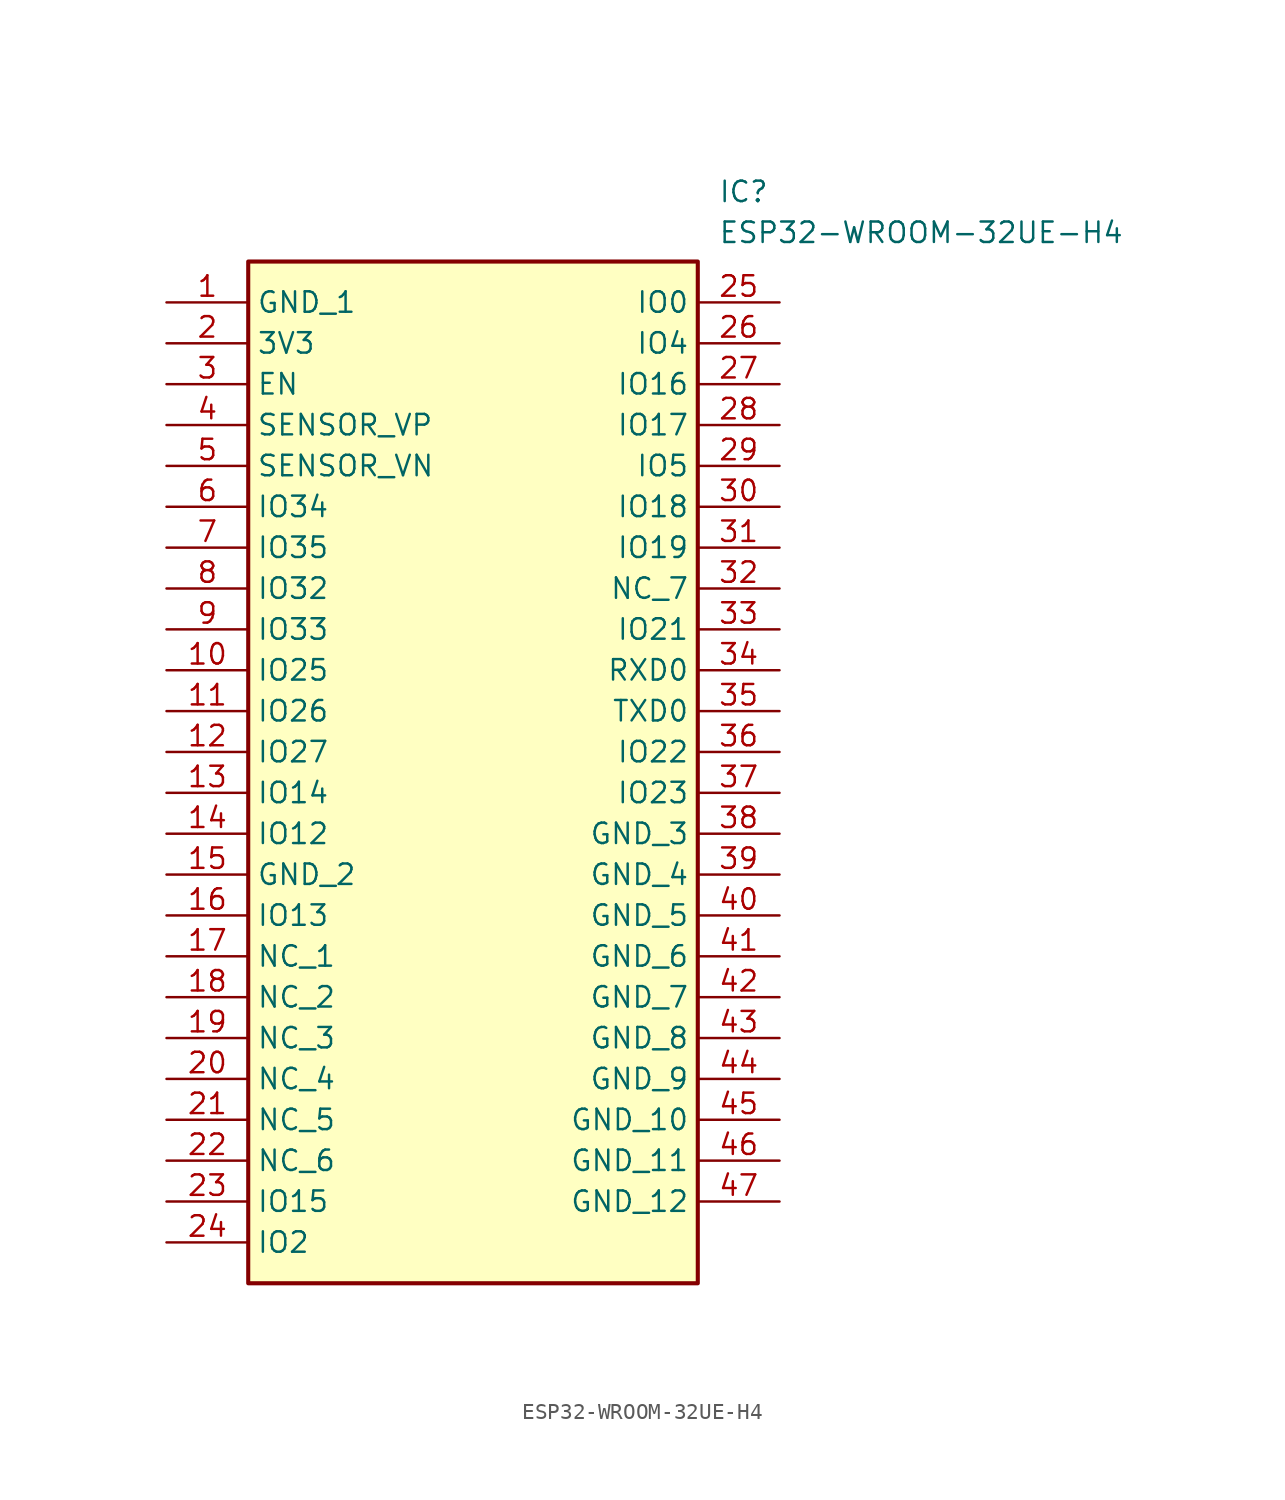
<source format=kicad_sym>
(kicad_symbol_lib
  (version 20211014)
  (generator SamacSys_ECAD_Model)
  (symbol "ESP32-WROOM-32UE-H4"
    (property "Reference" "IC"
      (at 34.29 7.62 0)
      (effects (font (size 1.27 1.27)) (justify left top)))
    (property "Value" "ESP32-WROOM-32UE-H4"
      (at 34.29 5.08 0)
      (effects (font (size 1.27 1.27)) (justify left top)))
    (rectangle
      (start 5.08 2.54)
      (end 33.02 -60.96)
      (stroke (width 0.254) (type default))
      (fill (type background)))
    (pin passive line
      (at 0 0 0)
      (length 5.08)
      (name "GND_1" (effects (font (size 1.27 1.27))))
      (number "1" (effects (font (size 1.27 1.27)))))
    (pin passive line
      (at 0 -2.54 0)
      (length 5.08)
      (name "3V3" (effects (font (size 1.27 1.27))))
      (number "2" (effects (font (size 1.27 1.27)))))
    (pin passive line
      (at 0 -5.08 0)
      (length 5.08)
      (name "EN" (effects (font (size 1.27 1.27))))
      (number "3" (effects (font (size 1.27 1.27)))))
    (pin passive line
      (at 0 -7.62 0)
      (length 5.08)
      (name "SENSOR_VP" (effects (font (size 1.27 1.27))))
      (number "4" (effects (font (size 1.27 1.27)))))
    (pin passive line
      (at 0 -10.16 0)
      (length 5.08)
      (name "SENSOR_VN" (effects (font (size 1.27 1.27))))
      (number "5" (effects (font (size 1.27 1.27)))))
    (pin passive line
      (at 0 -12.7 0)
      (length 5.08)
      (name "IO34" (effects (font (size 1.27 1.27))))
      (number "6" (effects (font (size 1.27 1.27)))))
    (pin passive line
      (at 0 -15.24 0)
      (length 5.08)
      (name "IO35" (effects (font (size 1.27 1.27))))
      (number "7" (effects (font (size 1.27 1.27)))))
    (pin passive line
      (at 0 -17.78 0)
      (length 5.08)
      (name "IO32" (effects (font (size 1.27 1.27))))
      (number "8" (effects (font (size 1.27 1.27)))))
    (pin passive line
      (at 0 -20.32 0)
      (length 5.08)
      (name "IO33" (effects (font (size 1.27 1.27))))
      (number "9" (effects (font (size 1.27 1.27)))))
    (pin passive line
      (at 0 -22.86 0)
      (length 5.08)
      (name "IO25" (effects (font (size 1.27 1.27))))
      (number "10" (effects (font (size 1.27 1.27)))))
    (pin passive line
      (at 0 -25.4 0)
      (length 5.08)
      (name "IO26" (effects (font (size 1.27 1.27))))
      (number "11" (effects (font (size 1.27 1.27)))))
    (pin passive line
      (at 0 -27.94 0)
      (length 5.08)
      (name "IO27" (effects (font (size 1.27 1.27))))
      (number "12" (effects (font (size 1.27 1.27)))))
    (pin passive line
      (at 0 -30.48 0)
      (length 5.08)
      (name "IO14" (effects (font (size 1.27 1.27))))
      (number "13" (effects (font (size 1.27 1.27)))))
    (pin passive line
      (at 0 -33.02 0)
      (length 5.08)
      (name "IO12" (effects (font (size 1.27 1.27))))
      (number "14" (effects (font (size 1.27 1.27)))))
    (pin passive line
      (at 0 -35.56 0)
      (length 5.08)
      (name "GND_2" (effects (font (size 1.27 1.27))))
      (number "15" (effects (font (size 1.27 1.27)))))
    (pin passive line
      (at 0 -38.1 0)
      (length 5.08)
      (name "IO13" (effects (font (size 1.27 1.27))))
      (number "16" (effects (font (size 1.27 1.27)))))
    (pin passive line
      (at 0 -40.64 0)
      (length 5.08)
      (name "NC_1" (effects (font (size 1.27 1.27))))
      (number "17" (effects (font (size 1.27 1.27)))))
    (pin passive line
      (at 0 -43.18 0)
      (length 5.08)
      (name "NC_2" (effects (font (size 1.27 1.27))))
      (number "18" (effects (font (size 1.27 1.27)))))
    (pin passive line
      (at 0 -45.72 0)
      (length 5.08)
      (name "NC_3" (effects (font (size 1.27 1.27))))
      (number "19" (effects (font (size 1.27 1.27)))))
    (pin passive line
      (at 0 -48.26 0)
      (length 5.08)
      (name "NC_4" (effects (font (size 1.27 1.27))))
      (number "20" (effects (font (size 1.27 1.27)))))
    (pin passive line
      (at 0 -50.8 0)
      (length 5.08)
      (name "NC_5" (effects (font (size 1.27 1.27))))
      (number "21" (effects (font (size 1.27 1.27)))))
    (pin passive line
      (at 0 -53.34 0)
      (length 5.08)
      (name "NC_6" (effects (font (size 1.27 1.27))))
      (number "22" (effects (font (size 1.27 1.27)))))
    (pin passive line
      (at 0 -55.88 0)
      (length 5.08)
      (name "IO15" (effects (font (size 1.27 1.27))))
      (number "23" (effects (font (size 1.27 1.27)))))
    (pin passive line
      (at 0 -58.42 0)
      (length 5.08)
      (name "IO2" (effects (font (size 1.27 1.27))))
      (number "24" (effects (font (size 1.27 1.27)))))
    (pin passive line
      (at 38.1 0 180)
      (length 5.08)
      (name "IO0" (effects (font (size 1.27 1.27))))
      (number "25" (effects (font (size 1.27 1.27)))))
    (pin passive line
      (at 38.1 -2.54 180)
      (length 5.08)
      (name "IO4" (effects (font (size 1.27 1.27))))
      (number "26" (effects (font (size 1.27 1.27)))))
    (pin passive line
      (at 38.1 -5.08 180)
      (length 5.08)
      (name "IO16" (effects (font (size 1.27 1.27))))
      (number "27" (effects (font (size 1.27 1.27)))))
    (pin passive line
      (at 38.1 -7.62 180)
      (length 5.08)
      (name "IO17" (effects (font (size 1.27 1.27))))
      (number "28" (effects (font (size 1.27 1.27)))))
    (pin passive line
      (at 38.1 -10.16 180)
      (length 5.08)
      (name "IO5" (effects (font (size 1.27 1.27))))
      (number "29" (effects (font (size 1.27 1.27)))))
    (pin passive line
      (at 38.1 -12.7 180)
      (length 5.08)
      (name "IO18" (effects (font (size 1.27 1.27))))
      (number "30" (effects (font (size 1.27 1.27)))))
    (pin passive line
      (at 38.1 -15.24 180)
      (length 5.08)
      (name "IO19" (effects (font (size 1.27 1.27))))
      (number "31" (effects (font (size 1.27 1.27)))))
    (pin passive line
      (at 38.1 -17.78 180)
      (length 5.08)
      (name "NC_7" (effects (font (size 1.27 1.27))))
      (number "32" (effects (font (size 1.27 1.27)))))
    (pin passive line
      (at 38.1 -20.32 180)
      (length 5.08)
      (name "IO21" (effects (font (size 1.27 1.27))))
      (number "33" (effects (font (size 1.27 1.27)))))
    (pin passive line
      (at 38.1 -22.86 180)
      (length 5.08)
      (name "RXD0" (effects (font (size 1.27 1.27))))
      (number "34" (effects (font (size 1.27 1.27)))))
    (pin passive line
      (at 38.1 -25.4 180)
      (length 5.08)
      (name "TXD0" (effects (font (size 1.27 1.27))))
      (number "35" (effects (font (size 1.27 1.27)))))
    (pin passive line
      (at 38.1 -27.94 180)
      (length 5.08)
      (name "IO22" (effects (font (size 1.27 1.27))))
      (number "36" (effects (font (size 1.27 1.27)))))
    (pin passive line
      (at 38.1 -30.48 180)
      (length 5.08)
      (name "IO23" (effects (font (size 1.27 1.27))))
      (number "37" (effects (font (size 1.27 1.27)))))
    (pin passive line
      (at 38.1 -33.02 180)
      (length 5.08)
      (name "GND_3" (effects (font (size 1.27 1.27))))
      (number "38" (effects (font (size 1.27 1.27)))))
    (pin passive line
      (at 38.1 -35.56 180)
      (length 5.08)
      (name "GND_4" (effects (font (size 1.27 1.27))))
      (number "39" (effects (font (size 1.27 1.27)))))
    (pin passive line
      (at 38.1 -38.1 180)
      (length 5.08)
      (name "GND_5" (effects (font (size 1.27 1.27))))
      (number "40" (effects (font (size 1.27 1.27)))))
    (pin passive line
      (at 38.1 -40.64 180)
      (length 5.08)
      (name "GND_6" (effects (font (size 1.27 1.27))))
      (number "41" (effects (font (size 1.27 1.27)))))
    (pin passive line
      (at 38.1 -43.18 180)
      (length 5.08)
      (name "GND_7" (effects (font (size 1.27 1.27))))
      (number "42" (effects (font (size 1.27 1.27)))))
    (pin passive line
      (at 38.1 -45.72 180)
      (length 5.08)
      (name "GND_8" (effects (font (size 1.27 1.27))))
      (number "43" (effects (font (size 1.27 1.27)))))
    (pin passive line
      (at 38.1 -48.26 180)
      (length 5.08)
      (name "GND_9" (effects (font (size 1.27 1.27))))
      (number "44" (effects (font (size 1.27 1.27)))))
    (pin passive line
      (at 38.1 -50.8 180)
      (length 5.08)
      (name "GND_10" (effects (font (size 1.27 1.27))))
      (number "45" (effects (font (size 1.27 1.27)))))
    (pin passive line
      (at 38.1 -53.34 180)
      (length 5.08)
      (name "GND_11" (effects (font (size 1.27 1.27))))
      (number "46" (effects (font (size 1.27 1.27)))))
    (pin passive line
      (at 38.1 -55.88 180)
      (length 5.08)
      (name "GND_12" (effects (font (size 1.27 1.27))))
      (number "47" (effects (font (size 1.27 1.27)))))))
</source>
